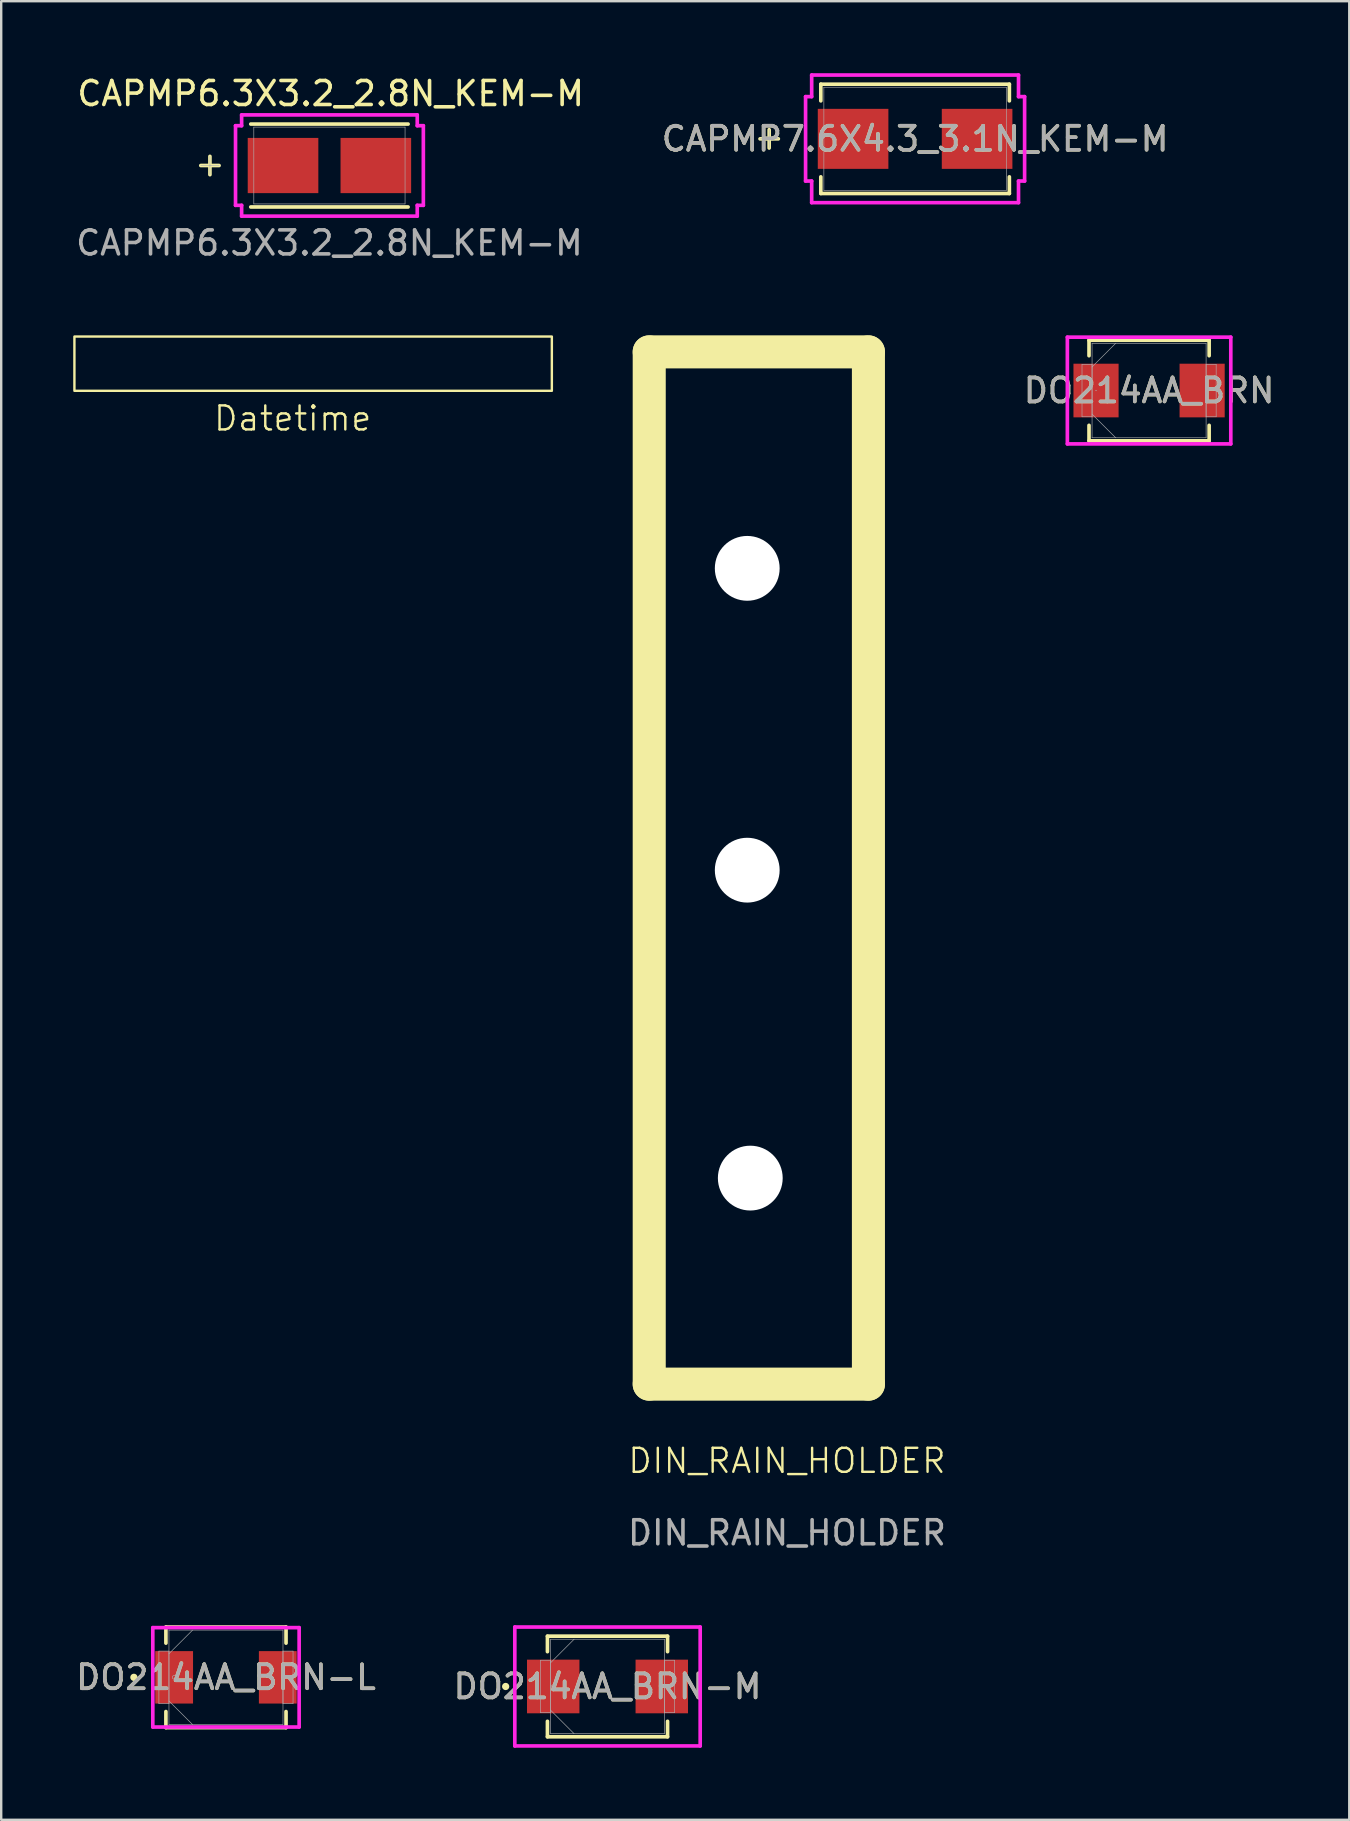
<source format=kicad_pcb>
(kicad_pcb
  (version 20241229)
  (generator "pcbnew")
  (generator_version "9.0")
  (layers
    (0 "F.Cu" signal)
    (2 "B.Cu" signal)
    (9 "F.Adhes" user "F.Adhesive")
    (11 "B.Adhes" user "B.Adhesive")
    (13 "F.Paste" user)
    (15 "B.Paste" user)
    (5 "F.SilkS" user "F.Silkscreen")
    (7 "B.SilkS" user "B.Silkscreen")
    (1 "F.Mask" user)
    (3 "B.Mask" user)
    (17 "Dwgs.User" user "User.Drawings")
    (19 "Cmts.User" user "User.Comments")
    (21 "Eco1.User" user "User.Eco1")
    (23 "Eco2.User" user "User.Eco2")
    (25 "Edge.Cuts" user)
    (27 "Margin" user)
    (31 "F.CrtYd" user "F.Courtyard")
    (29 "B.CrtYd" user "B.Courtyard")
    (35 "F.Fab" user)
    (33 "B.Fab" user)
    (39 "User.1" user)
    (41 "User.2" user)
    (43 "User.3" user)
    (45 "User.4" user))
  (footprint "CAPMP7.6X4.3_3.1N_KEM-M"
    (layer "F.Cu")
    (at 35.069 2.734)
    (property "Reference" "CAPMP7.6X4.3_3.1N_KEM-M" (at 0 0 0) (unlocked yes) (layer "F.SilkS") (effects (font (size 1 1) (thickness 0.15))))
    (attr smd)
    (fp_line (start -6.078 -0.381) (end -6.078 0.381) (stroke (width 0.152) (type solid)) (layer "F.SilkS"))
    (fp_line (start -5.697 0) (end -6.459 0) (stroke (width 0.152) (type solid)) (layer "F.SilkS"))
    (fp_line (start -3.927 -2.277) (end -3.927 -1.583) (stroke (width 0.152) (type solid)) (layer "F.SilkS"))
    (fp_line (start -3.927 1.583) (end -3.927 2.277) (stroke (width 0.152) (type solid)) (layer "F.SilkS"))
    (fp_line (start -3.927 2.277) (end 3.927 2.277) (stroke (width 0.152) (type solid)) (layer "F.SilkS"))
    (fp_line (start 3.927 -2.277) (end -3.927 -2.277) (stroke (width 0.152) (type solid)) (layer "F.SilkS"))
    (fp_line (start 3.927 -1.583) (end 3.927 -2.277) (stroke (width 0.152) (type solid)) (layer "F.SilkS"))
    (fp_line (start 3.927 2.277) (end 3.927 1.583) (stroke (width 0.152) (type solid)) (layer "F.SilkS"))
    (fp_line (start -4.562 -1.758) (end -4.308 -1.758) (stroke (width 0.152) (type solid)) (layer "F.CrtYd"))
    (fp_line (start -4.562 1.758) (end -4.562 -1.758) (stroke (width 0.152) (type solid)) (layer "F.CrtYd"))
    (fp_line (start -4.308 -2.658) (end 4.308 -2.658) (stroke (width 0.152) (type solid)) (layer "F.CrtYd"))
    (fp_line (start -4.308 -1.758) (end -4.308 -2.658) (stroke (width 0.152) (type solid)) (layer "F.CrtYd"))
    (fp_line (start -4.308 1.758) (end -4.562 1.758) (stroke (width 0.152) (type solid)) (layer "F.CrtYd"))
    (fp_line (start -4.308 2.658) (end -4.308 1.758) (stroke (width 0.152) (type solid)) (layer "F.CrtYd"))
    (fp_line (start 4.308 -2.658) (end 4.308 -1.758) (stroke (width 0.152) (type solid)) (layer "F.CrtYd"))
    (fp_line (start 4.308 -1.758) (end 4.562 -1.758) (stroke (width 0.152) (type solid)) (layer "F.CrtYd"))
    (fp_line (start 4.308 1.758) (end 4.308 2.658) (stroke (width 0.152) (type solid)) (layer "F.CrtYd"))
    (fp_line (start 4.308 2.658) (end -4.308 2.658) (stroke (width 0.152) (type solid)) (layer "F.CrtYd"))
    (fp_line (start 4.562 -1.758) (end 4.562 1.758) (stroke (width 0.152) (type solid)) (layer "F.CrtYd"))
    (fp_line (start 4.562 1.758) (end 4.308 1.758) (stroke (width 0.152) (type solid)) (layer "F.CrtYd"))
    (fp_line (start -6.078 -0.381) (end -6.078 0.381) (stroke (width 0.025) (type solid)) (layer "F.Fab"))
    (fp_line (start -5.697 0) (end -6.459 0) (stroke (width 0.025) (type solid)) (layer "F.Fab"))
    (fp_line (start -3.8 -2.15) (end -3.8 2.15) (stroke (width 0.025) (type solid)) (layer "F.Fab"))
    (fp_line (start -3.8 2.15) (end 3.8 2.15) (stroke (width 0.025) (type solid)) (layer "F.Fab"))
    (fp_line (start 3.8 -2.15) (end -3.8 -2.15) (stroke (width 0.025) (type solid)) (layer "F.Fab"))
    (fp_line (start 3.8 2.15) (end 3.8 -2.15) (stroke (width 0.025) (type solid)) (layer "F.Fab"))
    (fp_text user "${REFERENCE}" (at 0 0 0) (unlocked yes) (layer "F.Fab") (effects (font (size 1 1) (thickness 0.15))))
    (pad "1" smd rect (at -2.583 0 90) (size 2.5 2.941) (layers "F.Cu" "F.Mask" "F.Paste"))
    (pad "2" smd rect (at 2.583 0 90) (size 2.5 2.941) (layers "F.Cu" "F.Mask" "F.Paste"))
    (zone (net_name "") (layer "F.Cu") (hatch full 0.508) (connect_pads) (min_thickness 0.254) (filled_areas_thickness no) (keepout (tracks not_allowed) (vias not_allowed) (pads allowed) (copperpour not_allowed) (footprints allowed)) (placement (enabled no)) (fill) (polygon (pts (xy 31.319 0.635) (xy 38.818 0.635) (xy 38.818 1.433) (xy 31.319 1.433))))
    (zone (net_name "") (layer "F.Cu") (hatch full 0.508) (connect_pads) (min_thickness 0.254) (filled_areas_thickness no) (keepout (tracks not_allowed) (vias not_allowed) (pads allowed) (copperpour not_allowed) (footprints allowed)) (placement (enabled no)) (fill) (polygon (pts (xy 31.319 4.035) (xy 38.818 4.035) (xy 38.818 4.833) (xy 31.319 4.833))))
    (zone (net_name "") (layer "F.Cu") (hatch full 0.508) (connect_pads) (min_thickness 0.254) (filled_areas_thickness no) (keepout (tracks not_allowed) (vias not_allowed) (pads allowed) (copperpour not_allowed) (footprints allowed)) (placement (enabled no)) (fill) (polygon (pts (xy 33.707 1.433) (xy 36.43 1.433) (xy 36.43 4.035) (xy 33.707 4.035)))))
  (footprint "CAPMP6.3X3.2_2.8N_KEM-M"
    (layer "F.Cu")
    (at 10.673 3.845)
    (property "Reference" "CAPMP6.3X3.2_2.8N_KEM-M" (at 0.051 -2.997 0) (unlocked yes) (layer "F.SilkS") (effects (font (size 1 1) (thickness 0.15))))
    (attr smd)
    (fp_line (start -4.978 -0.381) (end -4.978 0.381) (stroke (width 0.152) (type solid)) (layer "F.SilkS"))
    (fp_line (start -4.597 0) (end -5.359 0) (stroke (width 0.152) (type solid)) (layer "F.SilkS"))
    (fp_line (start -3.277 1.727) (end 3.277 1.727) (stroke (width 0.152) (type solid)) (layer "F.SilkS"))
    (fp_line (start 3.277 -1.727) (end -3.277 -1.727) (stroke (width 0.152) (type solid)) (layer "F.SilkS"))
    (fp_line (start -3.912 -1.658) (end -3.658 -1.658) (stroke (width 0.152) (type solid)) (layer "F.CrtYd"))
    (fp_line (start -3.912 1.658) (end -3.912 -1.658) (stroke (width 0.152) (type solid)) (layer "F.CrtYd"))
    (fp_line (start -3.658 -2.108) (end 3.658 -2.108) (stroke (width 0.152) (type solid)) (layer "F.CrtYd"))
    (fp_line (start -3.658 -1.658) (end -3.658 -2.108) (stroke (width 0.152) (type solid)) (layer "F.CrtYd"))
    (fp_line (start -3.658 1.658) (end -3.912 1.658) (stroke (width 0.152) (type solid)) (layer "F.CrtYd"))
    (fp_line (start -3.658 2.108) (end -3.658 1.658) (stroke (width 0.152) (type solid)) (layer "F.CrtYd"))
    (fp_line (start 3.658 -2.108) (end 3.658 -1.658) (stroke (width 0.152) (type solid)) (layer "F.CrtYd"))
    (fp_line (start 3.658 -1.658) (end 3.912 -1.658) (stroke (width 0.152) (type solid)) (layer "F.CrtYd"))
    (fp_line (start 3.658 1.658) (end 3.658 2.108) (stroke (width 0.152) (type solid)) (layer "F.CrtYd"))
    (fp_line (start 3.658 2.108) (end -3.658 2.108) (stroke (width 0.152) (type solid)) (layer "F.CrtYd"))
    (fp_line (start 3.912 -1.658) (end 3.912 1.658) (stroke (width 0.152) (type solid)) (layer "F.CrtYd"))
    (fp_line (start 3.912 1.658) (end 3.658 1.658) (stroke (width 0.152) (type solid)) (layer "F.CrtYd"))
    (fp_line (start -4.978 -0.381) (end -4.978 0.381) (stroke (width 0.025) (type solid)) (layer "F.Fab"))
    (fp_line (start -4.597 0) (end -5.359 0) (stroke (width 0.025) (type solid)) (layer "F.Fab"))
    (fp_line (start -3.15 -1.6) (end -3.15 1.6) (stroke (width 0.025) (type solid)) (layer "F.Fab"))
    (fp_line (start -3.15 1.6) (end 3.15 1.6) (stroke (width 0.025) (type solid)) (layer "F.Fab"))
    (fp_line (start 3.15 -1.6) (end -3.15 -1.6) (stroke (width 0.025) (type solid)) (layer "F.Fab"))
    (fp_line (start 3.15 1.6) (end 3.15 -1.6) (stroke (width 0.025) (type solid)) (layer "F.Fab"))
    (fp_text user "${REFERENCE}" (at 0 3.226 0) (unlocked yes) (layer "F.Fab") (effects (font (size 1 1) (thickness 0.15))))
    (pad "1" smd rect (at -1.933 0 90) (size 2.3 2.941) (layers "F.Cu" "F.Mask" "F.Paste"))
    (pad "2" smd rect (at 1.933 0 90) (size 2.3 2.941) (layers "F.Cu" "F.Mask" "F.Paste"))
    (zone (net_name "") (layer "F.Cu") (hatch full 0.508) (connect_pads) (min_thickness 0.254) (filled_areas_thickness no) (keepout (tracks not_allowed) (vias not_allowed) (pads allowed) (copperpour not_allowed) (footprints allowed)) (placement (enabled no)) (fill) (polygon (pts (xy 7.573 2.296) (xy 13.772 2.296) (xy 13.772 2.645) (xy 7.573 2.645))))
    (zone (net_name "") (layer "F.Cu") (hatch full 0.508) (connect_pads) (min_thickness 0.254) (filled_areas_thickness no) (keepout (tracks not_allowed) (vias not_allowed) (pads allowed) (copperpour not_allowed) (footprints allowed)) (placement (enabled no)) (fill) (polygon (pts (xy 7.573 5.046) (xy 13.772 5.046) (xy 13.772 5.395) (xy 7.573 5.395))))
    (zone (net_name "") (layer "F.Cu") (hatch full 0.508) (connect_pads) (min_thickness 0.254) (filled_areas_thickness no) (keepout (tracks not_allowed) (vias not_allowed) (pads allowed) (copperpour not_allowed) (footprints allowed)) (placement (enabled no)) (fill) (polygon (pts (xy 9.961 2.645) (xy 11.384 2.645) (xy 11.384 5.046) (xy 9.961 5.046)))))
  (footprint "DO214AA_BRN-M"
    (layer "F.Cu")
    (at 22.256 67.202)
    (property "Reference" "DO214AA_BRN-M" (at 0 0 0) (unlocked yes) (layer "F.SilkS") (effects (font (size 1 1) (thickness 0.15))))
    (attr smd)
    (fp_line (start -2.502 -2.095) (end -2.502 -1.45) (stroke (width 0.152) (type solid)) (layer "F.SilkS"))
    (fp_line (start -2.502 1.45) (end -2.502 2.095) (stroke (width 0.152) (type solid)) (layer "F.SilkS"))
    (fp_line (start -2.502 2.095) (end 2.502 2.095) (stroke (width 0.152) (type solid)) (layer "F.SilkS"))
    (fp_line (start 2.502 -2.095) (end -2.502 -2.095) (stroke (width 0.152) (type solid)) (layer "F.SilkS"))
    (fp_line (start 2.502 -1.45) (end 2.502 -2.095) (stroke (width 0.152) (type solid)) (layer "F.SilkS"))
    (fp_line (start 2.502 2.095) (end 2.502 1.45) (stroke (width 0.152) (type solid)) (layer "F.SilkS"))
    (fp_circle (center -4.242 0) (end -4.166 0) (stroke (width 0.152) (type solid)) (fill no) (layer "F.SilkS"))
    (fp_line (start -3.861 -2.477) (end 3.861 -2.477) (stroke (width 0.152) (type solid)) (layer "F.CrtYd"))
    (fp_line (start -3.861 2.477) (end -3.861 -2.477) (stroke (width 0.152) (type solid)) (layer "F.CrtYd"))
    (fp_line (start 3.861 -2.477) (end 3.861 2.477) (stroke (width 0.152) (type solid)) (layer "F.CrtYd"))
    (fp_line (start 3.861 2.477) (end -3.861 2.477) (stroke (width 0.152) (type solid)) (layer "F.CrtYd"))
    (fp_line (start -2.794 -1.092) (end -2.794 1.092) (stroke (width 0.025) (type solid)) (layer "F.Fab"))
    (fp_line (start -2.794 1.092) (end -2.375 1.092) (stroke (width 0.025) (type solid)) (layer "F.Fab"))
    (fp_line (start -2.375 -1.968) (end -2.375 1.968) (stroke (width 0.025) (type solid)) (layer "F.Fab"))
    (fp_line (start -2.375 -1.092) (end -2.794 -1.092) (stroke (width 0.025) (type solid)) (layer "F.Fab"))
    (fp_line (start -2.375 -0.984) (end -1.391 -1.968) (stroke (width 0.025) (type solid)) (layer "F.Fab"))
    (fp_line (start -2.375 0.984) (end -1.391 1.968) (stroke (width 0.025) (type solid)) (layer "F.Fab"))
    (fp_line (start -2.375 1.092) (end -2.375 -1.092) (stroke (width 0.025) (type solid)) (layer "F.Fab"))
    (fp_line (start -2.375 1.968) (end 2.375 1.968) (stroke (width 0.025) (type solid)) (layer "F.Fab"))
    (fp_line (start 2.375 -1.968) (end -2.375 -1.968) (stroke (width 0.025) (type solid)) (layer "F.Fab"))
    (fp_line (start 2.375 -1.092) (end 2.375 1.092) (stroke (width 0.025) (type solid)) (layer "F.Fab"))
    (fp_line (start 2.375 1.092) (end 2.794 1.092) (stroke (width 0.025) (type solid)) (layer "F.Fab"))
    (fp_line (start 2.375 1.968) (end 2.375 -1.968) (stroke (width 0.025) (type solid)) (layer "F.Fab"))
    (fp_line (start 2.794 -1.092) (end 2.375 -1.092) (stroke (width 0.025) (type solid)) (layer "F.Fab"))
    (fp_line (start 2.794 1.092) (end 2.794 -1.092) (stroke (width 0.025) (type solid)) (layer "F.Fab"))
    (fp_circle (center -2.261 0) (end -2.184 0) (stroke (width 0.025) (type solid)) (fill no) (layer "F.Fab"))
    (fp_text user "${REFERENCE}" (at 0 0 0) (unlocked yes) (layer "F.Fab") (effects (font (size 1 1) (thickness 0.15))))
    (pad "1" smd rect (at -2.261 0) (size 2.184 2.235) (layers "F.Cu" "F.Mask" "F.Paste"))
    (pad "2" smd rect (at 2.261 0) (size 2.184 2.235) (layers "F.Cu" "F.Mask" "F.Paste"))
    (zone (net_name "") (layer "F.Cu") (hatch full 0.508) (connect_pads) (min_thickness 0.254) (filled_areas_thickness no) (keepout (tracks not_allowed) (vias not_allowed) (pads allowed) (copperpour not_allowed) (footprints allowed)) (placement (enabled no)) (fill) (polygon (pts (xy 21.138 65.284) (xy 23.374 65.284) (xy 23.374 69.12) (xy 21.138 69.12)))))
  (footprint "DIN_RAIN_HOLDER"
    (layer "F.Cu")
    (at 29.522 32.981)
    (property "Reference" "DIN_RAIN_HOLDER" (at 0.21 24.82 0) (unlocked yes) (layer "F.SilkS") (effects (font (size 1 1) (thickness 0.1))))
    (attr through_hole)
    (fp_line (start -5.528 -21.373) (end 3.603 -21.373) (stroke (width 1.377) (type solid)) (layer "F.SilkS"))
    (fp_line (start -5.528 21.627) (end -5.528 -21.373) (stroke (width 1.377) (type solid)) (layer "F.SilkS"))
    (fp_line (start -5.528 21.627) (end 3.603 21.627) (stroke (width 1.377) (type solid)) (layer "F.SilkS"))
    (fp_line (start 3.603 21.627) (end 3.603 -21.373) (stroke (width 1.377) (type solid)) (layer "F.SilkS"))
    (fp_line (start -0.01 0) (end -0.009 -0.001) (stroke (width 0.003) (type solid)) (layer "Eco1.User"))
    (fp_text user "${REFERENCE}" (at 0.21 27.82 0) (unlocked yes) (layer "F.Fab") (effects (font (size 1 1) (thickness 0.15))))
    (pad "" np_thru_hole circle (at -1.445 -12.356 90) (size 2.7 2.7) (drill 2.7) (layers "*.Cu" "*.Mask"))
    (pad "" np_thru_hole circle (at -1.445 0.217 90) (size 2.7 2.7) (drill 2.7) (layers "*.Cu" "*.Mask"))
    (pad "" np_thru_hole circle (at -1.318 13.044 90) (size 2.7 2.7) (drill 2.7) (layers "*.Cu" "*.Mask")))
  (footprint "DO214AA_BRN"
    (layer "F.Cu")
    (at 44.816 13.218)
    (property "Reference" "DO214AA_BRN" (at 0 0 0) (unlocked yes) (layer "F.SilkS") (effects (font (size 1 1) (thickness 0.15))))
    (attr smd)
    (fp_line (start -2.502 -2.095) (end -2.502 -1.45) (stroke (width 0.152) (type solid)) (layer "F.SilkS"))
    (fp_line (start -2.502 1.45) (end -2.502 2.095) (stroke (width 0.152) (type solid)) (layer "F.SilkS"))
    (fp_line (start -2.502 2.095) (end 2.502 2.095) (stroke (width 0.152) (type solid)) (layer "F.SilkS"))
    (fp_line (start 2.502 -2.095) (end -2.502 -2.095) (stroke (width 0.152) (type solid)) (layer "F.SilkS"))
    (fp_line (start 2.502 -1.45) (end 2.502 -2.095) (stroke (width 0.152) (type solid)) (layer "F.SilkS"))
    (fp_line (start 2.502 2.095) (end 2.502 1.45) (stroke (width 0.152) (type solid)) (layer "F.SilkS"))
    (fp_line (start -3.404 -2.223) (end 3.404 -2.223) (stroke (width 0.152) (type solid)) (layer "F.CrtYd"))
    (fp_line (start -3.404 2.223) (end -3.404 -2.223) (stroke (width 0.152) (type solid)) (layer "F.CrtYd"))
    (fp_line (start 3.404 -2.223) (end 3.404 2.223) (stroke (width 0.152) (type solid)) (layer "F.CrtYd"))
    (fp_line (start 3.404 2.223) (end -3.404 2.223) (stroke (width 0.152) (type solid)) (layer "F.CrtYd"))
    (fp_line (start -2.794 -1.092) (end -2.794 1.092) (stroke (width 0.025) (type solid)) (layer "F.Fab"))
    (fp_line (start -2.794 1.092) (end -2.375 1.092) (stroke (width 0.025) (type solid)) (layer "F.Fab"))
    (fp_line (start -2.375 -1.968) (end -2.375 1.968) (stroke (width 0.025) (type solid)) (layer "F.Fab"))
    (fp_line (start -2.375 -1.092) (end -2.794 -1.092) (stroke (width 0.025) (type solid)) (layer "F.Fab"))
    (fp_line (start -2.375 -0.984) (end -1.391 -1.968) (stroke (width 0.025) (type solid)) (layer "F.Fab"))
    (fp_line (start -2.375 0.984) (end -1.391 1.968) (stroke (width 0.025) (type solid)) (layer "F.Fab"))
    (fp_line (start -2.375 1.092) (end -2.375 -1.092) (stroke (width 0.025) (type solid)) (layer "F.Fab"))
    (fp_line (start -2.375 1.968) (end 2.375 1.968) (stroke (width 0.025) (type solid)) (layer "F.Fab"))
    (fp_line (start 2.375 -1.968) (end -2.375 -1.968) (stroke (width 0.025) (type solid)) (layer "F.Fab"))
    (fp_line (start 2.375 -1.092) (end 2.375 1.092) (stroke (width 0.025) (type solid)) (layer "F.Fab"))
    (fp_line (start 2.375 1.092) (end 2.794 1.092) (stroke (width 0.025) (type solid)) (layer "F.Fab"))
    (fp_line (start 2.375 1.968) (end 2.375 -1.968) (stroke (width 0.025) (type solid)) (layer "F.Fab"))
    (fp_line (start 2.794 -1.092) (end 2.375 -1.092) (stroke (width 0.025) (type solid)) (layer "F.Fab"))
    (fp_line (start 2.794 1.092) (end 2.794 -1.092) (stroke (width 0.025) (type solid)) (layer "F.Fab"))
    (fp_circle (center -2.21 0) (end -2.21 0) (stroke (width 0.025) (type solid)) (fill no) (layer "F.Fab"))
    (fp_text user "${REFERENCE}" (at 0 0 0) (unlocked yes) (layer "F.Fab") (effects (font (size 1 1) (thickness 0.15))))
    (pad "1" smd rect (at -2.21 0) (size 1.88 2.235) (layers "F.Cu" "F.Mask" "F.Paste"))
    (pad "2" smd rect (at 2.21 0) (size 1.88 2.235) (layers "F.Cu" "F.Mask" "F.Paste"))
    (zone (net_name "") (layer "F.Cu") (hatch full 0.508) (connect_pads) (min_thickness 0.254) (filled_areas_thickness no) (keepout (tracks not_allowed) (vias not_allowed) (pads allowed) (copperpour not_allowed) (footprints allowed)) (placement (enabled no)) (fill) (polygon (pts (xy 43.596 11.3) (xy 46.035 11.3) (xy 46.035 15.136) (xy 43.596 15.136)))))
  (footprint "Datetime"
    (layer "F.Cu")
    (at 9.143 14.881)
    (property "Reference" "Datetime" (at 0 -0.5 0) (unlocked yes) (layer "F.SilkS") (effects (font (size 1 1) (thickness 0.1))))
    (attr through_hole)
    (fp_rect (start -9.093 -3.912) (end 10.795 -1.651) (stroke (width 0.1) (type default)) (fill no) (layer "F.SilkS")))
  (footprint "DO214AA_BRN-L"
    (layer "F.Cu")
    (at 6.363 66.821)
    (property "Reference" "DO214AA_BRN-L" (at 0 0 0) (unlocked yes) (layer "F.SilkS") (effects (font (size 1 1) (thickness 0.15))))
    (attr smd)
    (fp_line (start -2.502 -2.095) (end -2.502 -1.425) (stroke (width 0.152) (type solid)) (layer "F.SilkS"))
    (fp_line (start -2.502 1.425) (end -2.502 2.095) (stroke (width 0.152) (type solid)) (layer "F.SilkS"))
    (fp_line (start -2.502 2.095) (end 2.502 2.095) (stroke (width 0.152) (type solid)) (layer "F.SilkS"))
    (fp_line (start 2.502 -2.095) (end -2.502 -2.095) (stroke (width 0.152) (type solid)) (layer "F.SilkS"))
    (fp_line (start 2.502 -1.425) (end 2.502 -2.095) (stroke (width 0.152) (type solid)) (layer "F.SilkS"))
    (fp_line (start 2.502 2.095) (end 2.502 1.425) (stroke (width 0.152) (type solid)) (layer "F.SilkS"))
    (fp_circle (center -3.835 0) (end -3.759 0) (stroke (width 0.152) (type solid)) (fill no) (layer "F.SilkS"))
    (fp_line (start -3.048 -2.07) (end 3.048 -2.07) (stroke (width 0.152) (type solid)) (layer "F.CrtYd"))
    (fp_line (start -3.048 2.07) (end -3.048 -2.07) (stroke (width 0.152) (type solid)) (layer "F.CrtYd"))
    (fp_line (start 3.048 -2.07) (end 3.048 2.07) (stroke (width 0.152) (type solid)) (layer "F.CrtYd"))
    (fp_line (start 3.048 2.07) (end -3.048 2.07) (stroke (width 0.152) (type solid)) (layer "F.CrtYd"))
    (fp_line (start -2.794 -1.092) (end -2.794 1.092) (stroke (width 0.025) (type solid)) (layer "F.Fab"))
    (fp_line (start -2.794 1.092) (end -2.375 1.092) (stroke (width 0.025) (type solid)) (layer "F.Fab"))
    (fp_line (start -2.375 -1.968) (end -2.375 1.968) (stroke (width 0.025) (type solid)) (layer "F.Fab"))
    (fp_line (start -2.375 -1.092) (end -2.794 -1.092) (stroke (width 0.025) (type solid)) (layer "F.Fab"))
    (fp_line (start -2.375 -0.984) (end -1.391 -1.968) (stroke (width 0.025) (type solid)) (layer "F.Fab"))
    (fp_line (start -2.375 0.984) (end -1.391 1.968) (stroke (width 0.025) (type solid)) (layer "F.Fab"))
    (fp_line (start -2.375 1.092) (end -2.375 -1.092) (stroke (width 0.025) (type solid)) (layer "F.Fab"))
    (fp_line (start -2.375 1.968) (end 2.375 1.968) (stroke (width 0.025) (type solid)) (layer "F.Fab"))
    (fp_line (start 2.375 -1.968) (end -2.375 -1.968) (stroke (width 0.025) (type solid)) (layer "F.Fab"))
    (fp_line (start 2.375 -1.092) (end 2.375 1.092) (stroke (width 0.025) (type solid)) (layer "F.Fab"))
    (fp_line (start 2.375 1.092) (end 2.794 1.092) (stroke (width 0.025) (type solid)) (layer "F.Fab"))
    (fp_line (start 2.375 1.968) (end 2.375 -1.968) (stroke (width 0.025) (type solid)) (layer "F.Fab"))
    (fp_line (start 2.794 -1.092) (end 2.375 -1.092) (stroke (width 0.025) (type solid)) (layer "F.Fab"))
    (fp_line (start 2.794 1.092) (end 2.794 -1.092) (stroke (width 0.025) (type solid)) (layer "F.Fab"))
    (fp_circle (center -2.159 0) (end -2.083 0) (stroke (width 0.025) (type solid)) (fill no) (layer "F.Fab"))
    (fp_text user "${REFERENCE}" (at 0 0 0) (unlocked yes) (layer "F.Fab") (effects (font (size 1 1) (thickness 0.15))))
    (pad "1" smd rect (at -2.159 0) (size 1.575 2.184) (layers "F.Cu" "F.Mask" "F.Paste"))
    (pad "2" smd rect (at 2.159 0) (size 1.575 2.184) (layers "F.Cu" "F.Mask" "F.Paste"))
    (zone (net_name "") (layer "F.Cu") (hatch full 0.508) (connect_pads) (min_thickness 0.254) (filled_areas_thickness no) (keepout (tracks not_allowed) (vias not_allowed) (pads allowed) (copperpour not_allowed) (footprints allowed)) (placement (enabled no)) (fill) (polygon (pts (xy 5.042 64.903) (xy 7.684 64.903) (xy 7.684 68.739) (xy 5.042 68.739)))))
  (gr_rect
    (start -3 -3)
    (end 53.155 72.755)
    (stroke (width 0.1) (type default))
    (fill no)
    (layer "Edge.Cuts")))
</source>
